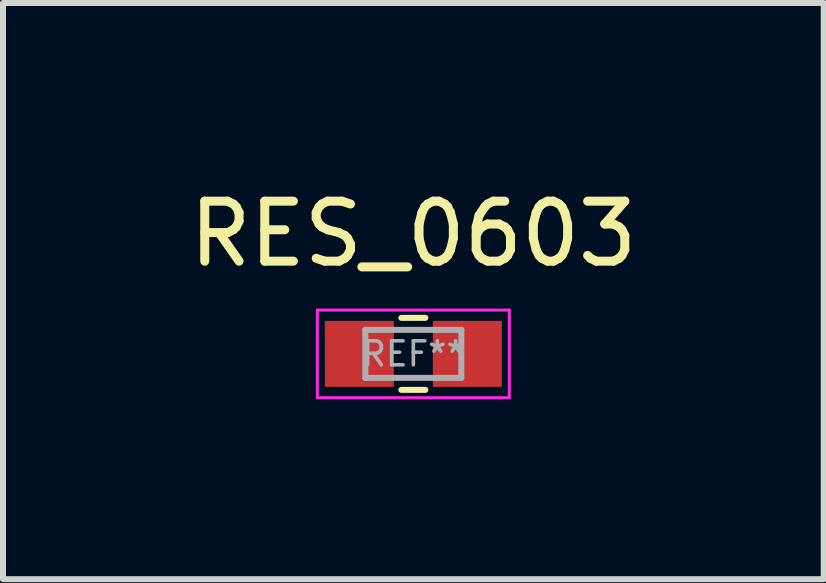
<source format=kicad_pcb>
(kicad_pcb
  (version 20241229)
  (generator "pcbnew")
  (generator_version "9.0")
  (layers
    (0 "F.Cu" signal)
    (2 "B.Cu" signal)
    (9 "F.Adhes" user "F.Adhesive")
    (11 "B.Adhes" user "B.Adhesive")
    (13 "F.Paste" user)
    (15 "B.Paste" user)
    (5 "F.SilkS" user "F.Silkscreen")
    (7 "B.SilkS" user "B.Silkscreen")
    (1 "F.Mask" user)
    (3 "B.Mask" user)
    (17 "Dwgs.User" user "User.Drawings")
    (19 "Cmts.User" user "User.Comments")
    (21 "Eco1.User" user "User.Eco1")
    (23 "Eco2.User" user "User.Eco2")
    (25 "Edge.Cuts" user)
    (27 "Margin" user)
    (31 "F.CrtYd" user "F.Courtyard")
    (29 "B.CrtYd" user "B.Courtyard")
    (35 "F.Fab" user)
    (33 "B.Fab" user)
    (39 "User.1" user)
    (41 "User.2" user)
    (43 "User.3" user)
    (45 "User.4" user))
  (footprint "RES_0603"
    (layer "F.Cu")
    (at 3.839 2.848)
    (property "Reference" "RES_0603" (at 0 -2 0) (layer "F.SilkS") (effects (font (size 1 1) (thickness 0.15))))
    (attr smd)
    (fp_line (start -0.2 -0.6) (end 0.2 -0.6) (stroke (width 0.1) (type solid)) (layer "F.SilkS"))
    (fp_line (start -0.2 0.6) (end 0.2 0.6) (stroke (width 0.1) (type solid)) (layer "F.SilkS"))
    (fp_line (start -1.6 0.73) (end -1.6 -0.73) (stroke (width 0.05) (type solid)) (layer "F.CrtYd"))
    (fp_line (start 1.6 -0.73) (end -1.6 -0.73) (stroke (width 0.05) (type solid)) (layer "F.CrtYd"))
    (fp_line (start 1.6 -0.73) (end 1.6 0.73) (stroke (width 0.05) (type solid)) (layer "F.CrtYd"))
    (fp_line (start 1.6 0.73) (end -1.6 0.73) (stroke (width 0.05) (type solid)) (layer "F.CrtYd"))
    (fp_line (start -0.8 -0.4) (end -0.8 0.4) (stroke (width 0.1) (type solid)) (layer "F.Fab"))
    (fp_line (start 0.8 -0.4) (end -0.8 -0.4) (stroke (width 0.1) (type solid)) (layer "F.Fab"))
    (fp_line (start 0.8 -0.4) (end 0.8 0.4) (stroke (width 0.1) (type solid)) (layer "F.Fab"))
    (fp_line (start 0.8 0.4) (end -0.8 0.4) (stroke (width 0.1) (type solid)) (layer "F.Fab"))
    (fp_text user "REF**" (at 0 0 0) (layer "F.Fab") (effects (font (size 0.4 0.4) (thickness 0.06))))
    (pad "1" smd rect (at -0.9 0) (size 1.15 1.1) (layers "F.Cu" "F.Mask" "F.Paste"))
    (pad "2" smd rect (at 0.9 0) (size 1.15 1.1) (layers "F.Cu" "F.Mask" "F.Paste")))
  (gr_rect
    (start -3 -3)
    (end 10.679 6.603)
    (stroke (width 0.1) (type default))
    (fill no)
    (layer "Edge.Cuts")))
</source>
